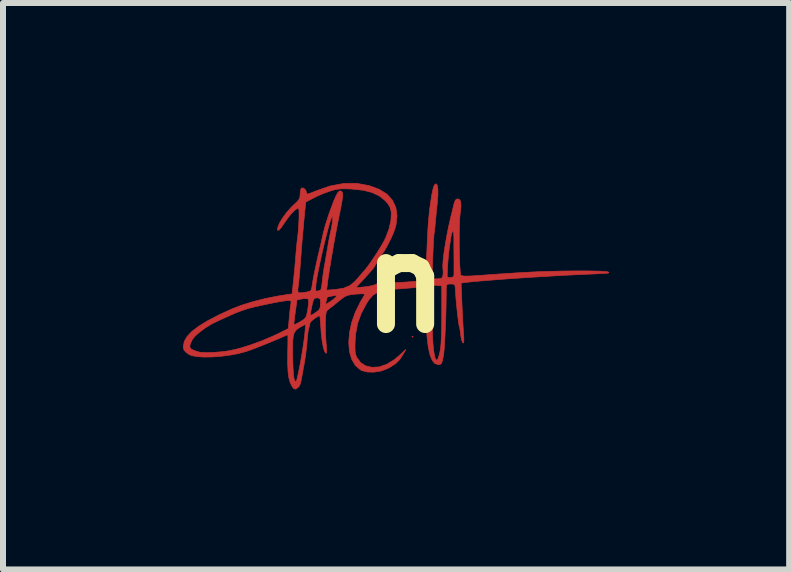
<source format=kicad_pcb>
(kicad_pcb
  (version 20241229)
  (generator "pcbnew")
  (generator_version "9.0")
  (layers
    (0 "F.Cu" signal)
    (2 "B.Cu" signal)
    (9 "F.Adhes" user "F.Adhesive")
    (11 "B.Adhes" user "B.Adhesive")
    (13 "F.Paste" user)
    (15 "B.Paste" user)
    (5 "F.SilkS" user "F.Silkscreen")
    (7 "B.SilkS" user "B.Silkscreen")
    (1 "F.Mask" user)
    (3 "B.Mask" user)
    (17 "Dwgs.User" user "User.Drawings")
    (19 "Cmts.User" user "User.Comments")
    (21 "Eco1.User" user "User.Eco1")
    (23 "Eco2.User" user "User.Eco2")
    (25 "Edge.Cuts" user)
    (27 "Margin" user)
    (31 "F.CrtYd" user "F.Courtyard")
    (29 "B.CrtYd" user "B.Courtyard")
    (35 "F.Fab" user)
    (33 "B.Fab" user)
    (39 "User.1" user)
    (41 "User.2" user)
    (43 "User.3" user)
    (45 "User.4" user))
  (footprint "n"
    (layer "F.Cu")
    (at 3.709 1.661)
    (property "Reference" "n" (at 0 0 0) (layer "F.SilkS") (effects (font (size 1.524 1.524) (thickness 0.3))))
    (attr through_hole)
    (fp_poly (pts (xy 0.127 0.9) (xy 0.116 0.91) (xy 0.106 0.9) (xy 0.116 0.889) (xy 0.127 0.9)) (stroke (width 0.01) (type solid)) (fill yes) (layer "F.Cu"))
    (fp_poly (pts (xy -0.608 -1.618) (xy -0.439 -1.556) (xy -0.312 -1.477) (xy -0.219 -1.375) (xy -0.162 -1.254) (xy -0.142 -1.115) (xy -0.159 -0.962) (xy -0.179 -0.891) (xy -0.205 -0.822) (xy -0.241 -0.742) (xy -0.282 -0.659) (xy -0.322 -0.583) (xy -0.356 -0.525) (xy -0.381 -0.493) (xy -0.385 -0.49) (xy -0.402 -0.466) (xy -0.402 -0.461) (xy -0.414 -0.431) (xy -0.444 -0.384) (xy -0.455 -0.369) (xy -0.488 -0.321) (xy -0.507 -0.287) (xy -0.508 -0.282) (xy -0.522 -0.26) (xy -0.558 -0.214) (xy -0.612 -0.152) (xy -0.668 -0.09) (xy -0.828 0.083) (xy -0.684 0.07) (xy -0.603 0.059) (xy -0.534 0.043) (xy -0.495 0.028) (xy -0.469 0.013) (xy -0.437 0.004) (xy -0.391 -0.001) (xy -0.322 -0.002) (xy -0.221 -0.002) (xy -0.212 -0.001) (xy -0.144 -0.002) (xy -0.057 -0.006) (xy 0.039 -0.013) (xy 0.135 -0.02) (xy 0.221 -0.028) (xy 0.287 -0.036) (xy 0.324 -0.044) (xy 0.328 -0.046) (xy 0.332 -0.069) (xy 0.337 -0.127) (xy 0.342 -0.212) (xy 0.347 -0.315) (xy 0.348 -0.361) (xy 0.357 -0.569) (xy 0.364 -0.741) (xy 0.372 -0.885) (xy 0.38 -1.007) (xy 0.39 -1.113) (xy 0.4 -1.212) (xy 0.413 -1.309) (xy 0.415 -1.321) (xy 0.435 -1.453) (xy 0.454 -1.548) (xy 0.472 -1.609) (xy 0.49 -1.64) (xy 0.511 -1.646) (xy 0.513 -1.646) (xy 0.531 -1.618) (xy 0.539 -1.554) (xy 0.539 -1.457) (xy 0.53 -1.333) (xy 0.525 -1.293) (xy 0.515 -1.193) (xy 0.504 -1.08) (xy 0.497 -1.005) (xy 0.49 -0.927) (xy 0.483 -0.862) (xy 0.477 -0.826) (xy 0.477 -0.826) (xy 0.473 -0.795) (xy 0.469 -0.729) (xy 0.463 -0.637) (xy 0.458 -0.525) (xy 0.454 -0.429) (xy 0.439 -0.064) (xy 0.524 -0.064) (xy 0.581 -0.068) (xy 0.61 -0.084) (xy 0.62 -0.11) (xy 0.694 -0.11) (xy 0.696 -0.094) (xy 0.722 -0.087) (xy 0.755 -0.085) (xy 0.797 -0.098) (xy 0.806 -0.122) (xy 0.807 -0.157) (xy 0.807 -0.224) (xy 0.807 -0.314) (xy 0.807 -0.402) (xy 0.806 -0.513) (xy 0.805 -0.621) (xy 0.805 -0.711) (xy 0.805 -0.758) (xy 0.801 -0.827) (xy 0.791 -0.855) (xy 0.777 -0.844) (xy 0.762 -0.794) (xy 0.752 -0.736) (xy 0.741 -0.658) (xy 0.73 -0.587) (xy 0.727 -0.561) (xy 0.719 -0.495) (xy 0.711 -0.412) (xy 0.704 -0.321) (xy 0.698 -0.234) (xy 0.695 -0.16) (xy 0.694 -0.11) (xy 0.62 -0.11) (xy 0.622 -0.114) (xy 0.627 -0.174) (xy 0.623 -0.225) (xy 0.62 -0.284) (xy 0.626 -0.376) (xy 0.64 -0.495) (xy 0.661 -0.633) (xy 0.687 -0.783) (xy 0.718 -0.938) (xy 0.752 -1.089) (xy 0.763 -1.132) (xy 0.783 -1.213) (xy 0.802 -1.292) (xy 0.808 -1.318) (xy 0.829 -1.375) (xy 0.859 -1.396) (xy 0.867 -1.397) (xy 0.902 -1.385) (xy 0.92 -1.346) (xy 0.924 -1.275) (xy 0.913 -1.17) (xy 0.91 -1.154) (xy 0.904 -1.089) (xy 0.899 -0.996) (xy 0.896 -0.882) (xy 0.895 -0.755) (xy 0.895 -0.623) (xy 0.897 -0.492) (xy 0.9 -0.371) (xy 0.905 -0.266) (xy 0.911 -0.185) (xy 0.918 -0.136) (xy 0.921 -0.127) (xy 0.945 -0.114) (xy 1.001 -0.109) (xy 1.092 -0.112) (xy 1.119 -0.114) (xy 1.194 -0.119) (xy 1.302 -0.126) (xy 1.435 -0.136) (xy 1.583 -0.146) (xy 1.738 -0.156) (xy 1.81 -0.161) (xy 1.992 -0.172) (xy 2.2 -0.182) (xy 2.418 -0.189) (xy 2.631 -0.194) (xy 2.821 -0.196) (xy 2.842 -0.196) (xy 3.018 -0.196) (xy 3.155 -0.194) (xy 3.257 -0.191) (xy 3.327 -0.187) (xy 3.37 -0.181) (xy 3.388 -0.173) (xy 3.386 -0.163) (xy 3.385 -0.162) (xy 3.362 -0.158) (xy 3.304 -0.154) (xy 3.217 -0.149) (xy 3.109 -0.144) (xy 3.007 -0.14) (xy 2.84 -0.132) (xy 2.649 -0.123) (xy 2.442 -0.111) (xy 2.225 -0.098) (xy 2.006 -0.084) (xy 1.79 -0.07) (xy 1.585 -0.055) (xy 1.398 -0.04) (xy 1.235 -0.027) (xy 1.103 -0.015) (xy 1.04 -0.008) (xy 0.926 0.006) (xy 0.938 0.315) (xy 0.944 0.447) (xy 0.951 0.585) (xy 0.958 0.713) (xy 0.964 0.816) (xy 0.965 0.826) (xy 0.971 0.922) (xy 0.971 0.98) (xy 0.965 1.005) (xy 0.955 1.004) (xy 0.939 0.971) (xy 0.925 0.912) (xy 0.918 0.866) (xy 0.91 0.8) (xy 0.902 0.752) (xy 0.898 0.738) (xy 0.89 0.708) (xy 0.881 0.646) (xy 0.87 0.558) (xy 0.858 0.455) (xy 0.847 0.345) (xy 0.838 0.236) (xy 0.831 0.137) (xy 0.828 0.079) (xy 0.821 0.04) (xy 0.797 0.024) (xy 0.751 0.021) (xy 0.702 0.025) (xy 0.681 0.043) (xy 0.678 0.088) (xy 0.678 0.09) (xy 0.677 0.236) (xy 0.675 0.394) (xy 0.671 0.558) (xy 0.665 0.719) (xy 0.658 0.871) (xy 0.651 1.005) (xy 0.643 1.115) (xy 0.635 1.194) (xy 0.631 1.217) (xy 0.616 1.294) (xy 0.602 1.338) (xy 0.585 1.359) (xy 0.558 1.365) (xy 0.541 1.365) (xy 0.488 1.348) (xy 0.444 1.295) (xy 0.408 1.206) (xy 0.379 1.08) (xy 0.359 0.916) (xy 0.345 0.712) (xy 0.339 0.467) (xy 0.339 0.419) (xy 0.44 0.419) (xy 0.442 0.639) (xy 0.447 0.833) (xy 0.455 0.996) (xy 0.467 1.125) (xy 0.482 1.219) (xy 0.499 1.273) (xy 0.501 1.275) (xy 0.519 1.291) (xy 0.538 1.272) (xy 0.558 1.215) (xy 0.572 1.159) (xy 0.584 1.09) (xy 0.592 0.995) (xy 0.598 0.87) (xy 0.602 0.711) (xy 0.603 0.54) (xy 0.603 0.053) (xy 0.524 0.046) (xy 0.445 0.04) (xy 0.442 0.173) (xy 0.44 0.419) (xy 0.339 0.419) (xy 0.339 0.373) (xy 0.339 0.059) (xy 0.249 0.071) (xy 0.185 0.078) (xy 0.095 0.087) (xy -0.003 0.095) (xy -0.026 0.097) (xy -0.212 0.111) (xy -0.212 0.246) (xy -0.214 0.315) (xy -0.22 0.364) (xy -0.228 0.381) (xy -0.25 0.362) (xy -0.273 0.315) (xy -0.281 0.286) (xy -0.254 0.286) (xy -0.243 0.296) (xy -0.233 0.286) (xy -0.243 0.275) (xy -0.254 0.286) (xy -0.281 0.286) (xy -0.29 0.254) (xy -0.296 0.195) (xy -0.298 0.148) (xy -0.313 0.13) (xy -0.353 0.133) (xy -0.375 0.137) (xy -0.47 0.164) (xy -0.543 0.208) (xy -0.607 0.28) (xy -0.644 0.336) (xy -0.737 0.509) (xy -0.798 0.675) (xy -0.831 0.849) (xy -0.84 0.963) (xy -0.843 1.068) (xy -0.841 1.141) (xy -0.833 1.193) (xy -0.817 1.236) (xy -0.811 1.247) (xy -0.748 1.333) (xy -0.664 1.386) (xy -0.561 1.41) (xy -0.441 1.404) (xy -0.314 1.36) (xy -0.185 1.281) (xy -0.104 1.213) (xy 0.005 1.111) (xy -0.042 1.196) (xy -0.097 1.281) (xy -0.163 1.347) (xy -0.252 1.405) (xy -0.299 1.431) (xy -0.407 1.472) (xy -0.524 1.491) (xy -0.636 1.489) (xy -0.73 1.465) (xy -0.752 1.453) (xy -0.838 1.378) (xy -0.899 1.273) (xy -0.936 1.144) (xy -0.947 0.996) (xy -0.935 0.835) (xy -0.898 0.664) (xy -0.837 0.49) (xy -0.751 0.317) (xy -0.72 0.265) (xy -0.693 0.219) (xy -0.679 0.192) (xy -0.679 0.19) (xy -0.697 0.186) (xy -0.748 0.186) (xy -0.82 0.19) (xy -0.833 0.191) (xy -0.914 0.2) (xy -0.972 0.213) (xy -1.022 0.238) (xy -1.08 0.281) (xy -1.114 0.308) (xy -1.181 0.364) (xy -1.242 0.411) (xy -1.283 0.443) (xy -1.286 0.445) (xy -1.308 0.464) (xy -1.322 0.492) (xy -1.33 0.538) (xy -1.334 0.611) (xy -1.336 0.667) (xy -1.335 0.78) (xy -1.331 0.904) (xy -1.324 1.013) (xy -1.322 1.025) (xy -1.316 1.116) (xy -1.317 1.167) (xy -1.327 1.179) (xy -1.328 1.178) (xy -1.35 1.144) (xy -1.371 1.074) (xy -1.39 0.975) (xy -1.405 0.854) (xy -1.411 0.764) (xy -1.417 0.676) (xy -1.423 0.605) (xy -1.428 0.562) (xy -1.431 0.553) (xy -1.452 0.557) (xy -1.491 0.58) (xy -1.536 0.613) (xy -1.574 0.645) (xy -1.591 0.667) (xy -1.601 0.722) (xy -1.614 0.762) (xy -1.622 0.798) (xy -1.63 0.862) (xy -1.639 0.943) (xy -1.639 0.953) (xy -1.648 1.057) (xy -1.658 1.143) (xy -1.669 1.226) (xy -1.684 1.321) (xy -1.705 1.438) (xy -1.725 1.548) (xy -1.739 1.625) (xy -1.751 1.675) (xy -1.762 1.706) (xy -1.774 1.727) (xy -1.789 1.744) (xy -1.79 1.745) (xy -1.831 1.774) (xy -1.864 1.765) (xy -1.891 1.73) (xy -1.923 1.665) (xy -1.945 1.584) (xy -1.959 1.48) (xy -1.965 1.348) (xy -1.964 1.181) (xy -1.964 1.18) (xy -1.963 1.098) (xy -1.883 1.098) (xy -1.881 1.244) (xy -1.88 1.27) (xy -1.875 1.418) (xy -1.868 1.526) (xy -1.859 1.598) (xy -1.846 1.637) (xy -1.831 1.645) (xy -1.82 1.637) (xy -1.811 1.611) (xy -1.796 1.551) (xy -1.778 1.464) (xy -1.757 1.36) (xy -1.747 1.305) (xy -1.726 1.18) (xy -1.706 1.055) (xy -1.69 0.944) (xy -1.68 0.858) (xy -1.678 0.841) (xy -1.665 0.692) (xy -1.758 0.743) (xy -1.802 0.771) (xy -1.835 0.803) (xy -1.859 0.846) (xy -1.873 0.905) (xy -1.881 0.987) (xy -1.883 1.098) (xy -1.963 1.098) (xy -1.962 1.071) (xy -1.961 0.978) (xy -1.961 0.909) (xy -1.962 0.872) (xy -1.963 0.868) (xy -1.983 0.876) (xy -2.031 0.896) (xy -2.09 0.922) (xy -2.175 0.959) (xy -2.279 1.002) (xy -2.389 1.046) (xy -2.495 1.088) (xy -2.586 1.122) (xy -2.651 1.145) (xy -2.656 1.147) (xy -2.788 1.182) (xy -2.933 1.209) (xy -3.083 1.228) (xy -3.229 1.238) (xy -3.364 1.24) (xy -3.479 1.232) (xy -3.568 1.215) (xy -3.609 1.196) (xy -3.666 1.154) (xy -3.695 1.118) (xy -3.704 1.074) (xy -3.704 1.069) (xy -3.597 1.069) (xy -3.578 1.102) (xy -3.526 1.129) (xy -3.441 1.156) (xy -3.389 1.163) (xy -3.307 1.165) (xy -3.206 1.162) (xy -3.097 1.154) (xy -2.993 1.142) (xy -2.932 1.133) (xy -2.774 1.097) (xy -2.594 1.041) (xy -2.403 0.972) (xy -2.214 0.892) (xy -2.093 0.835) (xy -1.954 0.765) (xy -1.946 0.673) (xy -1.86 0.673) (xy -1.859 0.692) (xy -1.854 0.698) (xy -1.851 0.699) (xy -1.827 0.689) (xy -1.78 0.664) (xy -1.746 0.645) (xy -1.698 0.614) (xy -1.668 0.585) (xy -1.65 0.545) (xy -1.647 0.53) (xy -1.587 0.53) (xy -1.58 0.543) (xy -1.554 0.534) (xy -1.504 0.501) (xy -1.476 0.482) (xy -1.438 0.448) (xy -1.421 0.405) (xy -1.419 0.363) (xy -1.335 0.363) (xy -1.269 0.324) (xy -1.214 0.286) (xy -1.169 0.247) (xy -1.168 0.246) (xy -1.148 0.221) (xy -1.154 0.212) (xy -1.191 0.217) (xy -1.217 0.221) (xy -1.27 0.232) (xy -1.301 0.239) (xy -1.304 0.24) (xy -1.31 0.261) (xy -1.321 0.303) (xy -1.335 0.363) (xy -1.419 0.363) (xy -1.418 0.348) (xy -1.42 0.29) (xy -1.432 0.262) (xy -1.458 0.254) (xy -1.472 0.254) (xy -1.5 0.256) (xy -1.52 0.266) (xy -1.536 0.292) (xy -1.551 0.34) (xy -1.567 0.418) (xy -1.582 0.495) (xy -1.587 0.53) (xy -1.647 0.53) (xy -1.636 0.481) (xy -1.629 0.442) (xy -1.618 0.354) (xy -1.617 0.295) (xy -1.624 0.273) (xy -1.657 0.264) (xy -1.715 0.268) (xy -1.726 0.27) (xy -1.809 0.288) (xy -1.834 0.467) (xy -1.848 0.568) (xy -1.856 0.634) (xy -1.86 0.673) (xy -1.946 0.673) (xy -1.939 0.594) (xy -1.931 0.504) (xy -1.922 0.423) (xy -1.914 0.366) (xy -1.912 0.36) (xy -1.907 0.316) (xy -1.923 0.299) (xy -1.951 0.296) (xy -2 0.301) (xy -2.08 0.314) (xy -2.182 0.332) (xy -2.295 0.355) (xy -2.411 0.38) (xy -2.519 0.404) (xy -2.609 0.427) (xy -2.656 0.441) (xy -2.749 0.473) (xy -2.852 0.513) (xy -2.91 0.539) (xy -2.993 0.577) (xy -3.074 0.613) (xy -3.122 0.635) (xy -3.23 0.688) (xy -3.336 0.753) (xy -3.431 0.823) (xy -3.507 0.89) (xy -3.554 0.948) (xy -3.556 0.953) (xy -3.588 1.022) (xy -3.597 1.069) (xy -3.704 1.069) (xy -3.704 1.063) (xy -3.689 0.981) (xy -3.642 0.898) (xy -3.562 0.813) (xy -3.446 0.725) (xy -3.294 0.632) (xy -3.103 0.533) (xy -2.893 0.437) (xy -2.733 0.375) (xy -2.545 0.317) (xy -2.341 0.265) (xy -2.135 0.224) (xy -2.062 0.212) (xy -1.89 0.186) (xy -1.885 0.131) (xy -1.797 0.131) (xy -1.789 0.16) (xy -1.76 0.17) (xy -1.703 0.165) (xy -1.648 0.156) (xy -1.595 0.143) (xy -1.571 0.117) (xy -1.568 0.105) (xy -1.498 0.105) (xy -1.494 0.136) (xy -1.481 0.143) (xy -1.47 0.14) (xy -1.431 0.129) (xy -1.419 0.127) (xy -1.409 0.108) (xy -1.398 0.057) (xy -1.389 -0.014) (xy -1.389 -0.016) (xy -1.378 -0.11) (xy -1.365 -0.206) (xy -1.355 -0.265) (xy -1.342 -0.334) (xy -1.326 -0.429) (xy -1.308 -0.533) (xy -1.301 -0.572) (xy -1.285 -0.669) (xy -1.268 -0.758) (xy -1.254 -0.827) (xy -1.249 -0.847) (xy -1.233 -0.923) (xy -1.221 -0.995) (xy -1.215 -1.055) (xy -1.215 -1.093) (xy -1.222 -1.102) (xy -1.227 -1.097) (xy -1.245 -1.055) (xy -1.269 -0.979) (xy -1.298 -0.875) (xy -1.33 -0.752) (xy -1.363 -0.616) (xy -1.396 -0.474) (xy -1.427 -0.334) (xy -1.454 -0.203) (xy -1.476 -0.089) (xy -1.49 0.003) (xy -1.494 0.04) (xy -1.498 0.105) (xy -1.568 0.105) (xy -1.56 0.066) (xy -1.549 -0.009) (xy -1.53 -0.113) (xy -1.506 -0.231) (xy -1.48 -0.352) (xy -1.456 -0.461) (xy -1.452 -0.476) (xy -1.43 -0.567) (xy -1.408 -0.662) (xy -1.398 -0.709) (xy -1.369 -0.836) (xy -1.342 -0.939) (xy -1.313 -1.035) (xy -1.278 -1.141) (xy -1.243 -1.238) (xy -1.196 -1.363) (xy -1.158 -1.45) (xy -1.127 -1.504) (xy -1.1 -1.529) (xy -1.076 -1.528) (xy -1.067 -1.522) (xy -1.054 -1.506) (xy -1.048 -1.478) (xy -1.05 -1.433) (xy -1.058 -1.366) (xy -1.075 -1.271) (xy -1.101 -1.143) (xy -1.114 -1.079) (xy -1.138 -0.961) (xy -1.164 -0.819) (xy -1.193 -0.664) (xy -1.221 -0.503) (xy -1.247 -0.348) (xy -1.27 -0.205) (xy -1.289 -0.086) (xy -1.301 0.001) (xy -1.301 0.004) (xy -1.315 0.125) (xy -1.16 0.112) (xy -1.033 0.092) (xy -0.933 0.051) (xy -0.846 -0.018) (xy -0.794 -0.077) (xy -0.745 -0.135) (xy -0.7 -0.187) (xy -0.688 -0.2) (xy -0.643 -0.255) (xy -0.584 -0.336) (xy -0.518 -0.433) (xy -0.452 -0.536) (xy -0.393 -0.633) (xy -0.348 -0.715) (xy -0.333 -0.745) (xy -0.276 -0.895) (xy -0.244 -1.038) (xy -0.238 -1.162) (xy -0.241 -1.19) (xy -0.26 -1.26) (xy -0.299 -1.322) (xy -0.345 -1.372) (xy -0.442 -1.448) (xy -0.56 -1.503) (xy -0.704 -1.54) (xy -0.881 -1.559) (xy -0.904 -1.561) (xy -1.012 -1.565) (xy -1.092 -1.563) (xy -1.161 -1.553) (xy -1.232 -1.535) (xy -1.267 -1.523) (xy -1.365 -1.488) (xy -1.468 -1.444) (xy -1.538 -1.409) (xy -1.662 -1.344) (xy -1.676 -1.217) (xy -1.685 -1.13) (xy -1.696 -1.013) (xy -1.708 -0.877) (xy -1.721 -0.734) (xy -1.732 -0.596) (xy -1.741 -0.474) (xy -1.747 -0.402) (xy -1.759 -0.236) (xy -1.773 -0.083) (xy -1.787 0.045) (xy -1.791 0.079) (xy -1.797 0.131) (xy -1.885 0.131) (xy -1.866 -0.05) (xy -1.855 -0.166) (xy -1.843 -0.287) (xy -1.834 -0.395) (xy -1.83 -0.445) (xy -1.821 -0.553) (xy -1.809 -0.674) (xy -1.798 -0.762) (xy -1.788 -0.857) (xy -1.781 -0.958) (xy -1.776 -1.057) (xy -1.775 -1.142) (xy -1.776 -1.206) (xy -1.782 -1.238) (xy -1.783 -1.24) (xy -1.807 -1.236) (xy -1.848 -1.205) (xy -1.9 -1.153) (xy -1.956 -1.086) (xy -2.008 -1.012) (xy -2.015 -1.002) (xy -2.067 -0.925) (xy -2.106 -0.88) (xy -2.129 -0.87) (xy -2.134 -0.895) (xy -2.128 -0.926) (xy -2.1 -0.995) (xy -2.048 -1.08) (xy -1.98 -1.172) (xy -1.904 -1.258) (xy -1.859 -1.301) (xy -1.802 -1.355) (xy -1.771 -1.397) (xy -1.759 -1.439) (xy -1.757 -1.478) (xy -1.752 -1.536) (xy -1.739 -1.573) (xy -1.735 -1.577) (xy -1.701 -1.577) (xy -1.669 -1.55) (xy -1.651 -1.509) (xy -1.651 -1.501) (xy -1.648 -1.483) (xy -1.632 -1.478) (xy -1.596 -1.488) (xy -1.533 -1.513) (xy -1.499 -1.527) (xy -1.261 -1.611) (xy -1.034 -1.653) (xy -0.817 -1.656) (xy -0.608 -1.618)) (stroke (width 0.01) (type solid)) (fill yes) (layer "F.Cu")))
  (gr_rect
    (start -3 -3)
    (end 10.102 6.44)
    (stroke (width 0.1) (type default))
    (fill no)
    (layer "Edge.Cuts")))
</source>
